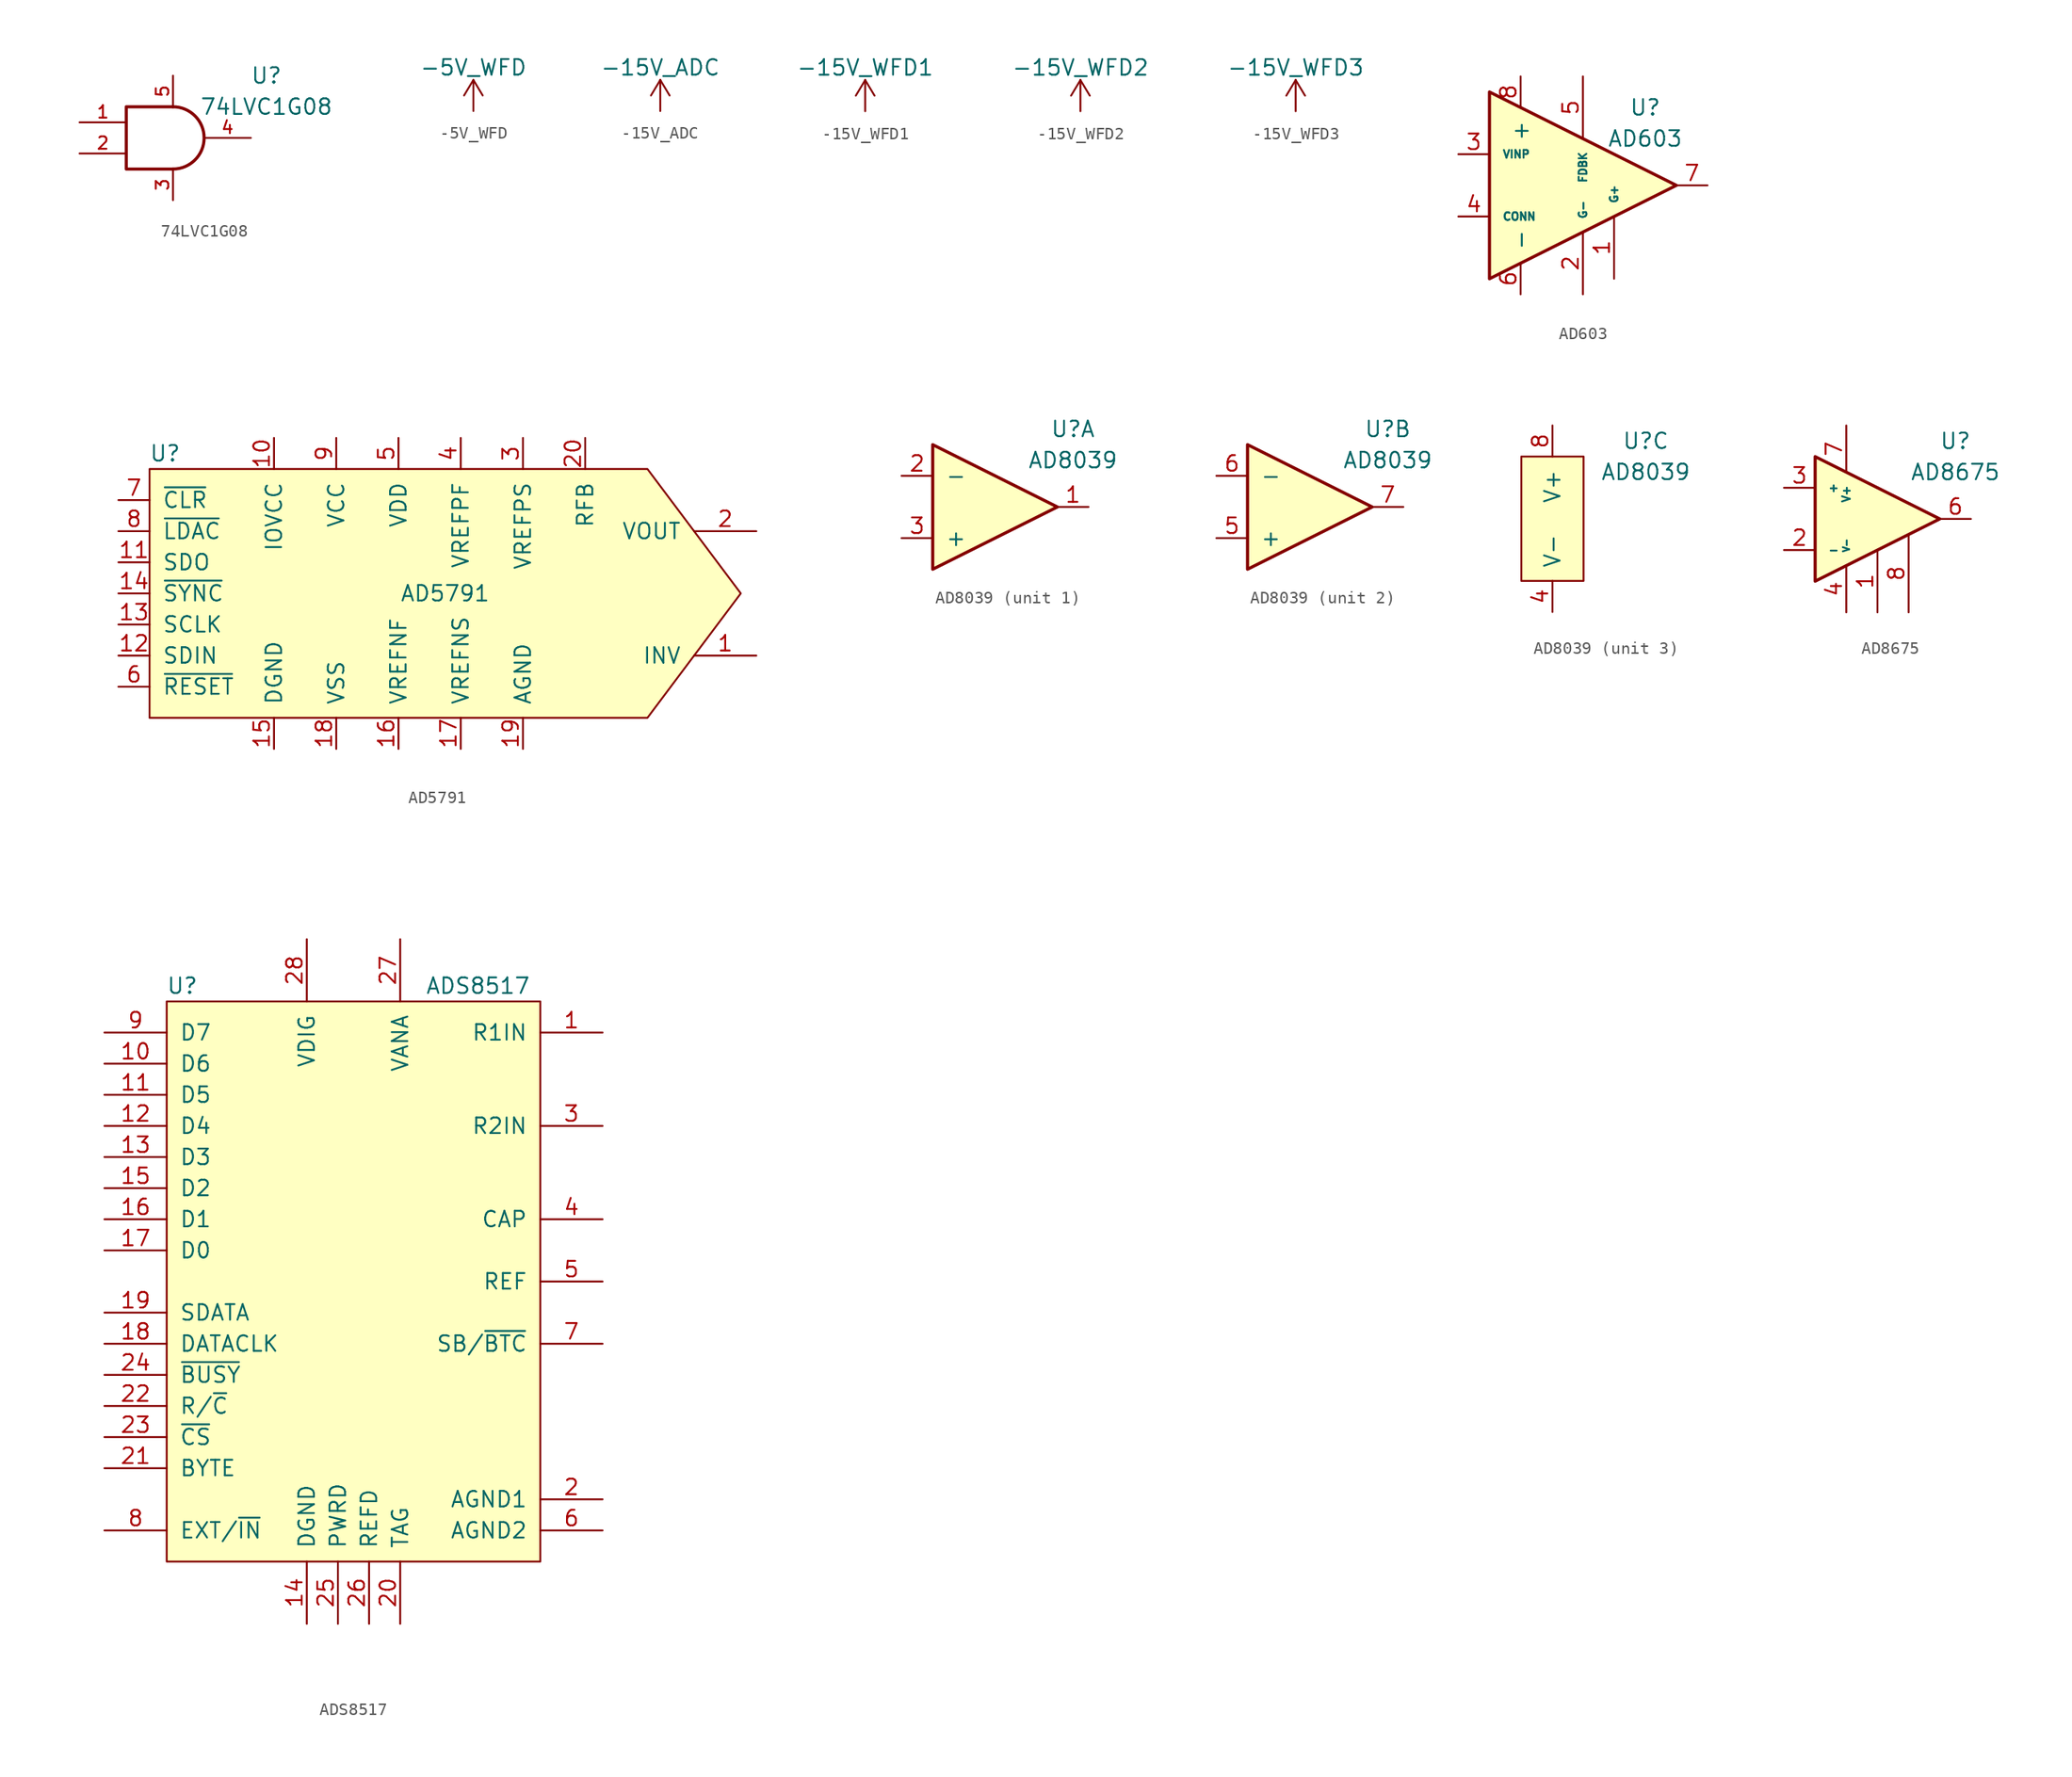
<source format=kicad_sym>
(kicad_symbol_lib
  (version 20220914)
  (generator kicad_symbol_editor)
  (symbol "74LVC1G08"
    (pin_names
      (offset 1.016))
    (property "Reference" "U"
      (at 7.62 5.08 0)
      (effects (font (size 1.27 1.27))))
    (property "Value" "74LVC1G08"
      (at 7.62 2.54 0)
      (effects (font (size 1.27 1.27))))
    (symbol "74LVC1G08_0_1"
      (arc (start 0 -2.54) (mid 2.529 0) (end 0 2.54) (stroke (width 0.254) (type default)) (fill (type none)))
      (polyline (pts (xy 0 -2.54) (xy -3.81 -2.54) (xy -3.81 2.54) (xy 0 2.54)) (stroke (width 0.254) (type default)) (fill (type none))))
    (symbol "74LVC1G08_1_1"
      (pin input line (at -7.62 1.27 0) (length 3.81) (name "~" (effects (font (size 1.016 1.016)))) (number "1" (effects (font (size 1.016 1.016)))))
      (pin input line (at -7.62 -1.27 0) (length 3.81) (name "~" (effects (font (size 1.016 1.016)))) (number "2" (effects (font (size 1.016 1.016)))))
      (pin power_in line (at 0 -5.08 90) (length 2.54) (name "~" (effects (font (size 1.016 1.016)))) (number "3" (effects (font (size 1.016 1.016)))))
      (pin output line (at 6.35 0 180) (length 3.81) (name "~" (effects (font (size 1.016 1.016)))) (number "4" (effects (font (size 1.016 1.016)))))
      (pin passive line (at 0 5.08 270) (length 2.54) (name "~" (effects (font (size 1.016 1.016)))) (number "5" (effects (font (size 1.016 1.016)))))))
  (symbol "-5V_WFD"
    (power)
    (pin_names
      (offset 0))
    (property "Reference" "#PWR"
      (at 0 -3.81 0)
      (effects (font (size 1.27 1.27)) hide))
    (property "Value" "-5V_WFD"
      (at 0 3.556 0)
      (effects (font (size 1.27 1.27))))
    (symbol "-5V_WFD_0_1"
      (polyline (pts (xy -0.762 1.27) (xy 0 2.54)) (stroke (width 0) (type default)) (fill (type none)))
      (polyline (pts (xy 0 0) (xy 0 2.54)) (stroke (width 0) (type default)) (fill (type none)))
      (polyline (pts (xy 0 2.54) (xy 0.762 1.27)) (stroke (width 0) (type default)) (fill (type none))))
    (symbol "-5V_WFD_1_1"
      (pin power_in line (at 0 0 90) (length 0) hide (name "-5V_WFD" (effects (font (size 1.27 1.27)))) (number "1" (effects (font (size 1.27 1.27)))))))
  (symbol "-15V_ADC"
    (power)
    (pin_names
      (offset 0))
    (property "Reference" "#PWR"
      (at 0 -3.81 0)
      (effects (font (size 1.27 1.27)) hide))
    (property "Value" "-15V_ADC"
      (at 0 3.556 0)
      (effects (font (size 1.27 1.27))))
    (symbol "-15V_ADC_0_1"
      (polyline (pts (xy -0.762 1.27) (xy 0 2.54)) (stroke (width 0) (type default)) (fill (type none)))
      (polyline (pts (xy 0 0) (xy 0 2.54)) (stroke (width 0) (type default)) (fill (type none)))
      (polyline (pts (xy 0 2.54) (xy 0.762 1.27)) (stroke (width 0) (type default)) (fill (type none))))
    (symbol "-15V_ADC_1_1"
      (pin power_in line (at 0 0 90) (length 0) hide (name "-15V_ADC" (effects (font (size 1.27 1.27)))) (number "1" (effects (font (size 1.27 1.27)))))))
  (symbol "-15V_WFD1"
    (power)
    (pin_names
      (offset 0))
    (property "Reference" "#PWR"
      (at 0 -3.81 0)
      (effects (font (size 1.27 1.27)) hide))
    (property "Value" "-15V_WFD1"
      (at 0 3.556 0)
      (effects (font (size 1.27 1.27))))
    (symbol "-15V_WFD1_0_1"
      (polyline (pts (xy -0.762 1.27) (xy 0 2.54)) (stroke (width 0) (type default)) (fill (type none)))
      (polyline (pts (xy 0 0) (xy 0 2.54)) (stroke (width 0) (type default)) (fill (type none)))
      (polyline (pts (xy 0 2.54) (xy 0.762 1.27)) (stroke (width 0) (type default)) (fill (type none))))
    (symbol "-15V_WFD1_1_1"
      (pin power_in line (at 0 0 90) (length 0) hide (name "-15V_WFD1" (effects (font (size 1.27 1.27)))) (number "1" (effects (font (size 1.27 1.27)))))))
  (symbol "-15V_WFD2"
    (power)
    (pin_names
      (offset 0))
    (property "Reference" "#PWR"
      (at 0 -3.81 0)
      (effects (font (size 1.27 1.27)) hide))
    (property "Value" "-15V_WFD2"
      (at 0 3.556 0)
      (effects (font (size 1.27 1.27))))
    (symbol "-15V_WFD2_0_1"
      (polyline (pts (xy -0.762 1.27) (xy 0 2.54)) (stroke (width 0) (type default)) (fill (type none)))
      (polyline (pts (xy 0 0) (xy 0 2.54)) (stroke (width 0) (type default)) (fill (type none)))
      (polyline (pts (xy 0 2.54) (xy 0.762 1.27)) (stroke (width 0) (type default)) (fill (type none))))
    (symbol "-15V_WFD2_1_1"
      (pin power_in line (at 0 0 90) (length 0) hide (name "-15V_WFD2" (effects (font (size 1.27 1.27)))) (number "1" (effects (font (size 1.27 1.27)))))))
  (symbol "-15V_WFD3"
    (power)
    (pin_names
      (offset 0))
    (property "Reference" "#PWR"
      (at 0 -3.81 0)
      (effects (font (size 1.27 1.27)) hide))
    (property "Value" "-15V_WFD3"
      (at 0 3.556 0)
      (effects (font (size 1.27 1.27))))
    (symbol "-15V_WFD3_0_1"
      (polyline (pts (xy -0.762 1.27) (xy 0 2.54)) (stroke (width 0) (type default)) (fill (type none)))
      (polyline (pts (xy 0 0) (xy 0 2.54)) (stroke (width 0) (type default)) (fill (type none)))
      (polyline (pts (xy 0 2.54) (xy 0.762 1.27)) (stroke (width 0) (type default)) (fill (type none))))
    (symbol "-15V_WFD3_1_1"
      (pin power_in line (at 0 0 90) (length 0) hide (name "-15V_WFD3" (effects (font (size 1.27 1.27)))) (number "1" (effects (font (size 1.27 1.27)))))))
  (symbol "AD603"
    (pin_names
      (offset 1.016))
    (property "Reference" "U"
      (at 6.35 6.35 0)
      (effects (font (size 1.27 1.27))))
    (property "Value" "AD603"
      (at 6.35 3.81 0)
      (effects (font (size 1.27 1.27))))
    (symbol "AD603_1_1"
      (polyline (pts (xy -6.35 7.62) (xy -6.35 -7.62) (xy 8.89 0) (xy -6.35 7.62)) (stroke (width 0.254) (type default)) (fill (type background)))
      (pin input line (at 3.81 -7.62 90) (length 5.08) (name "G+" (effects (font (size 0.635 0.635)))) (number "1" (effects (font (size 1.27 1.27)))))
      (pin input line (at 1.27 -8.89 90) (length 5.08) (name "G-" (effects (font (size 0.635 0.635)))) (number "2" (effects (font (size 1.27 1.27)))))
      (pin passive line (at -8.89 2.54 0) (length 2.54) (name "VINP" (effects (font (size 0.635 0.635)))) (number "3" (effects (font (size 1.27 1.27)))))
      (pin passive line (at -8.89 -2.54 0) (length 2.54) (name "CONN" (effects (font (size 0.635 0.635)))) (number "4" (effects (font (size 1.27 1.27)))))
      (pin input line (at 1.27 8.89 270) (length 5.08) (name "FDBK" (effects (font (size 0.635 0.635)))) (number "5" (effects (font (size 1.27 1.27)))))
      (pin power_in line (at -3.81 -8.89 90) (length 2.54) (name "-" (effects (font (size 1.27 1.27)))) (number "6" (effects (font (size 1.27 1.27)))))
      (pin output line (at 11.43 0 180) (length 2.54) (name "~" (effects (font (size 1.27 1.27)))) (number "7" (effects (font (size 1.27 1.27)))))
      (pin power_in line (at -3.81 8.89 270) (length 2.54) (name "+" (effects (font (size 1.27 1.27)))) (number "8" (effects (font (size 1.27 1.27)))))))
  (symbol "AD5791"
    (pin_names
      (offset 1.016))
    (property "Reference" "U"
      (at -22.86 11.43 0)
      (effects (font (size 1.27 1.27))))
    (property "Value" "AD5791"
      (at 0 0 0)
      (effects (font (size 1.27 1.27))))
    (symbol "AD5791_0_1"
      (polyline (pts (xy 24.13 0) (xy 16.51 10.16) (xy -24.13 10.16) (xy -24.13 -10.16) (xy 16.51 -10.16) (xy 24.13 0)) (stroke (width 0) (type default)) (fill (type background))))
    (symbol "AD5791_1_1"
      (pin output line (at 25.4 -5.08 180) (length 5.08) (name "INV" (effects (font (size 1.27 1.27)))) (number "1" (effects (font (size 1.27 1.27)))))
      (pin passive line (at -13.97 12.7 270) (length 2.54) (name "IOVCC" (effects (font (size 1.27 1.27)))) (number "10" (effects (font (size 1.27 1.27)))))
      (pin output line (at -26.67 2.54 0) (length 2.54) (name "SDO" (effects (font (size 1.27 1.27)))) (number "11" (effects (font (size 1.27 1.27)))))
      (pin input line (at -26.67 -5.08 0) (length 2.54) (name "SDIN" (effects (font (size 1.27 1.27)))) (number "12" (effects (font (size 1.27 1.27)))))
      (pin input line (at -26.67 -2.54 0) (length 2.54) (name "SCLK" (effects (font (size 1.27 1.27)))) (number "13" (effects (font (size 1.27 1.27)))))
      (pin input line (at -26.67 0 0) (length 2.54) (name "~{SYNC}" (effects (font (size 1.27 1.27)))) (number "14" (effects (font (size 1.27 1.27)))))
      (pin passive line (at -13.97 -12.7 90) (length 2.54) (name "DGND" (effects (font (size 1.27 1.27)))) (number "15" (effects (font (size 1.27 1.27)))))
      (pin passive line (at -3.81 -12.7 90) (length 2.54) (name "VREFNF" (effects (font (size 1.27 1.27)))) (number "16" (effects (font (size 1.27 1.27)))))
      (pin passive line (at 1.27 -12.7 90) (length 2.54) (name "VREFNS" (effects (font (size 1.27 1.27)))) (number "17" (effects (font (size 1.27 1.27)))))
      (pin passive line (at -8.89 -12.7 90) (length 2.54) (name "VSS" (effects (font (size 1.27 1.27)))) (number "18" (effects (font (size 1.27 1.27)))))
      (pin passive line (at 6.35 -12.7 90) (length 2.54) (name "AGND" (effects (font (size 1.27 1.27)))) (number "19" (effects (font (size 1.27 1.27)))))
      (pin output line (at 25.4 5.08 180) (length 5.08) (name "VOUT" (effects (font (size 1.27 1.27)))) (number "2" (effects (font (size 1.27 1.27)))))
      (pin passive line (at 11.43 12.7 270) (length 2.54) (name "RFB" (effects (font (size 1.27 1.27)))) (number "20" (effects (font (size 1.27 1.27)))))
      (pin passive line (at 6.35 12.7 270) (length 2.54) (name "VREFPS" (effects (font (size 1.27 1.27)))) (number "3" (effects (font (size 1.27 1.27)))))
      (pin passive line (at 1.27 12.7 270) (length 2.54) (name "VREFPF" (effects (font (size 1.27 1.27)))) (number "4" (effects (font (size 1.27 1.27)))))
      (pin passive line (at -3.81 12.7 270) (length 2.54) (name "VDD" (effects (font (size 1.27 1.27)))) (number "5" (effects (font (size 1.27 1.27)))))
      (pin input line (at -26.67 -7.62 0) (length 2.54) (name "~{RESET}" (effects (font (size 1.27 1.27)))) (number "6" (effects (font (size 1.27 1.27)))))
      (pin input line (at -26.67 7.62 0) (length 2.54) (name "~{CLR}" (effects (font (size 1.27 1.27)))) (number "7" (effects (font (size 1.27 1.27)))))
      (pin input line (at -26.67 5.08 0) (length 2.54) (name "~{LDAC}" (effects (font (size 1.27 1.27)))) (number "8" (effects (font (size 1.27 1.27)))))
      (pin passive line (at -8.89 12.7 270) (length 2.54) (name "VCC" (effects (font (size 1.27 1.27)))) (number "9" (effects (font (size 1.27 1.27)))))))
  (symbol "AD8039"
    (pin_names
      (offset 1.016))
    (property "Reference" "U"
      (at 7.62 6.35 0)
      (effects (font (size 1.27 1.27))))
    (property "Value" "AD8039"
      (at 7.62 3.81 0)
      (effects (font (size 1.27 1.27))))
    (symbol "AD8039_1_1"
      (polyline (pts (xy -3.81 5.08) (xy 6.35 0) (xy -3.81 -5.08) (xy -3.81 5.08)) (stroke (width 0.254) (type default)) (fill (type background)))
      (pin output line (at 8.89 0 180) (length 2.54) (name "~" (effects (font (size 1.27 1.27)))) (number "1" (effects (font (size 1.27 1.27)))))
      (pin input line (at -6.35 2.54 0) (length 2.54) (name "-" (effects (font (size 1.27 1.27)))) (number "2" (effects (font (size 1.27 1.27)))))
      (pin input line (at -6.35 -2.54 0) (length 2.54) (name "+" (effects (font (size 1.27 1.27)))) (number "3" (effects (font (size 1.27 1.27))))))
    (symbol "AD8039_2_1"
      (polyline (pts (xy -3.81 5.08) (xy 6.35 0) (xy -3.81 -5.08) (xy -3.81 5.08)) (stroke (width 0.254) (type default)) (fill (type background)))
      (pin input line (at -6.35 -2.54 0) (length 2.54) (name "+" (effects (font (size 1.27 1.27)))) (number "5" (effects (font (size 1.27 1.27)))))
      (pin input line (at -6.35 2.54 0) (length 2.54) (name "-" (effects (font (size 1.27 1.27)))) (number "6" (effects (font (size 1.27 1.27)))))
      (pin output line (at 8.89 0 180) (length 2.54) (name "~" (effects (font (size 1.27 1.27)))) (number "7" (effects (font (size 1.27 1.27))))))
    (symbol "AD8039_3_1"
      (rectangle (start -2.54 5.08) (end 2.54 -5.08) (stroke (width 0) (type default)) (fill (type background)))
      (pin passive line (at 0 -7.62 90) (length 2.54) (name "V-" (effects (font (size 1.27 1.27)))) (number "4" (effects (font (size 1.27 1.27)))))
      (pin passive line (at 0 7.62 270) (length 2.54) (name "V+" (effects (font (size 1.27 1.27)))) (number "8" (effects (font (size 1.27 1.27)))))))
  (symbol "AD8675"
    (pin_names
      (offset 1.016))
    (property "Reference" "U"
      (at 8.89 6.35 0)
      (effects (font (size 1.27 1.27))))
    (property "Value" "AD8675"
      (at 8.89 3.81 0)
      (effects (font (size 1.27 1.27))))
    (symbol "AD8675_1_1"
      (polyline (pts (xy -2.54 5.08) (xy 7.62 0) (xy -2.54 -5.08) (xy -2.54 5.08)) (stroke (width 0.254) (type default)) (fill (type background)))
      (pin input line (at 2.54 -7.62 90) (length 5.08) (name "~" (effects (font (size 0.508 0.508)))) (number "1" (effects (font (size 1.27 1.27)))))
      (pin input line (at -5.08 -2.54 0) (length 2.54) (name "-" (effects (font (size 0.635 0.635)))) (number "2" (effects (font (size 1.27 1.27)))))
      (pin input line (at -5.08 2.54 0) (length 2.54) (name "+" (effects (font (size 0.635 0.635)))) (number "3" (effects (font (size 1.27 1.27)))))
      (pin power_in line (at 0 -7.62 90) (length 3.81) (name "V-" (effects (font (size 0.508 0.508)))) (number "4" (effects (font (size 1.27 1.27)))))
      (pin no_connect line (at 2.54 2.54 270) (length 2.54) hide (name "NC" (effects (font (size 1.27 1.27)))) (number "5" (effects (font (size 1.27 1.27)))))
      (pin output line (at 10.16 0 180) (length 2.54) (name "~" (effects (font (size 1.27 1.27)))) (number "6" (effects (font (size 1.27 1.27)))))
      (pin power_in line (at 0 7.62 270) (length 3.81) (name "V+" (effects (font (size 0.635 0.635)))) (number "7" (effects (font (size 1.27 1.27)))))
      (pin input line (at 5.08 -7.62 90) (length 6.35) (name "~" (effects (font (size 0.508 0.508)))) (number "8" (effects (font (size 1.27 1.27)))))))
  (symbol "ADS8517"
    (pin_names
      (offset 1.016))
    (property "Reference" "U"
      (at -13.97 24.13 0)
      (effects (font (size 1.27 1.27))))
    (property "Value" "ADS8517"
      (at 10.16 24.13 0)
      (effects (font (size 1.27 1.27))))
    (symbol "ADS8517_0_1"
      (rectangle (start -15.24 22.86) (end 15.24 -22.86) (stroke (width 0) (type default)) (fill (type background))))
    (symbol "ADS8517_1_1"
      (pin input line (at 20.32 20.32 180) (length 5.08) (name "R1IN" (effects (font (size 1.27 1.27)))) (number "1" (effects (font (size 1.27 1.27)))))
      (pin output line (at -20.32 17.78 0) (length 5.08) (name "D6" (effects (font (size 1.27 1.27)))) (number "10" (effects (font (size 1.27 1.27)))))
      (pin output line (at -20.32 15.24 0) (length 5.08) (name "D5" (effects (font (size 1.27 1.27)))) (number "11" (effects (font (size 1.27 1.27)))))
      (pin output line (at -20.32 12.7 0) (length 5.08) (name "D4" (effects (font (size 1.27 1.27)))) (number "12" (effects (font (size 1.27 1.27)))))
      (pin output line (at -20.32 10.16 0) (length 5.08) (name "D3" (effects (font (size 1.27 1.27)))) (number "13" (effects (font (size 1.27 1.27)))))
      (pin passive line (at -3.81 -27.94 90) (length 5.08) (name "DGND" (effects (font (size 1.27 1.27)))) (number "14" (effects (font (size 1.27 1.27)))))
      (pin output line (at -20.32 7.62 0) (length 5.08) (name "D2" (effects (font (size 1.27 1.27)))) (number "15" (effects (font (size 1.27 1.27)))))
      (pin output line (at -20.32 5.08 0) (length 5.08) (name "D1" (effects (font (size 1.27 1.27)))) (number "16" (effects (font (size 1.27 1.27)))))
      (pin output line (at -20.32 2.54 0) (length 5.08) (name "D0" (effects (font (size 1.27 1.27)))) (number "17" (effects (font (size 1.27 1.27)))))
      (pin bidirectional line (at -20.32 -5.08 0) (length 5.08) (name "DATACLK" (effects (font (size 1.27 1.27)))) (number "18" (effects (font (size 1.27 1.27)))))
      (pin output line (at -20.32 -2.54 0) (length 5.08) (name "SDATA" (effects (font (size 1.27 1.27)))) (number "19" (effects (font (size 1.27 1.27)))))
      (pin passive line (at 20.32 -17.78 180) (length 5.08) (name "AGND1" (effects (font (size 1.27 1.27)))) (number "2" (effects (font (size 1.27 1.27)))))
      (pin input line (at 3.81 -27.94 90) (length 5.08) (name "TAG" (effects (font (size 1.27 1.27)))) (number "20" (effects (font (size 1.27 1.27)))))
      (pin input line (at -20.32 -15.24 0) (length 5.08) (name "BYTE" (effects (font (size 1.27 1.27)))) (number "21" (effects (font (size 1.27 1.27)))))
      (pin input line (at -20.32 -10.16 0) (length 5.08) (name "R/~{C}" (effects (font (size 1.27 1.27)))) (number "22" (effects (font (size 1.27 1.27)))))
      (pin input line (at -20.32 -12.7 0) (length 5.08) (name "~{CS}" (effects (font (size 1.27 1.27)))) (number "23" (effects (font (size 1.27 1.27)))))
      (pin output line (at -20.32 -7.62 0) (length 5.08) (name "~{BUSY}" (effects (font (size 1.27 1.27)))) (number "24" (effects (font (size 1.27 1.27)))))
      (pin input line (at -1.27 -27.94 90) (length 5.08) (name "PWRD" (effects (font (size 1.27 1.27)))) (number "25" (effects (font (size 1.27 1.27)))))
      (pin input line (at 1.27 -27.94 90) (length 5.08) (name "REFD" (effects (font (size 1.27 1.27)))) (number "26" (effects (font (size 1.27 1.27)))))
      (pin passive line (at 3.81 27.94 270) (length 5.08) (name "VANA" (effects (font (size 1.27 1.27)))) (number "27" (effects (font (size 1.27 1.27)))))
      (pin passive line (at -3.81 27.94 270) (length 5.08) (name "VDIG" (effects (font (size 1.27 1.27)))) (number "28" (effects (font (size 1.27 1.27)))))
      (pin input line (at 20.32 12.7 180) (length 5.08) (name "R2IN" (effects (font (size 1.27 1.27)))) (number "3" (effects (font (size 1.27 1.27)))))
      (pin passive line (at 20.32 5.08 180) (length 5.08) (name "CAP" (effects (font (size 1.27 1.27)))) (number "4" (effects (font (size 1.27 1.27)))))
      (pin passive line (at 20.32 0 180) (length 5.08) (name "REF" (effects (font (size 1.27 1.27)))) (number "5" (effects (font (size 1.27 1.27)))))
      (pin passive line (at 20.32 -20.32 180) (length 5.08) (name "AGND2" (effects (font (size 1.27 1.27)))) (number "6" (effects (font (size 1.27 1.27)))))
      (pin input line (at 20.32 -5.08 180) (length 5.08) (name "SB/~{BTC}" (effects (font (size 1.27 1.27)))) (number "7" (effects (font (size 1.27 1.27)))))
      (pin input line (at -20.32 -20.32 0) (length 5.08) (name "EXT/~{IN}" (effects (font (size 1.27 1.27)))) (number "8" (effects (font (size 1.27 1.27)))))
      (pin output line (at -20.32 20.32 0) (length 5.08) (name "D7" (effects (font (size 1.27 1.27)))) (number "9" (effects (font (size 1.27 1.27))))))))
</source>
